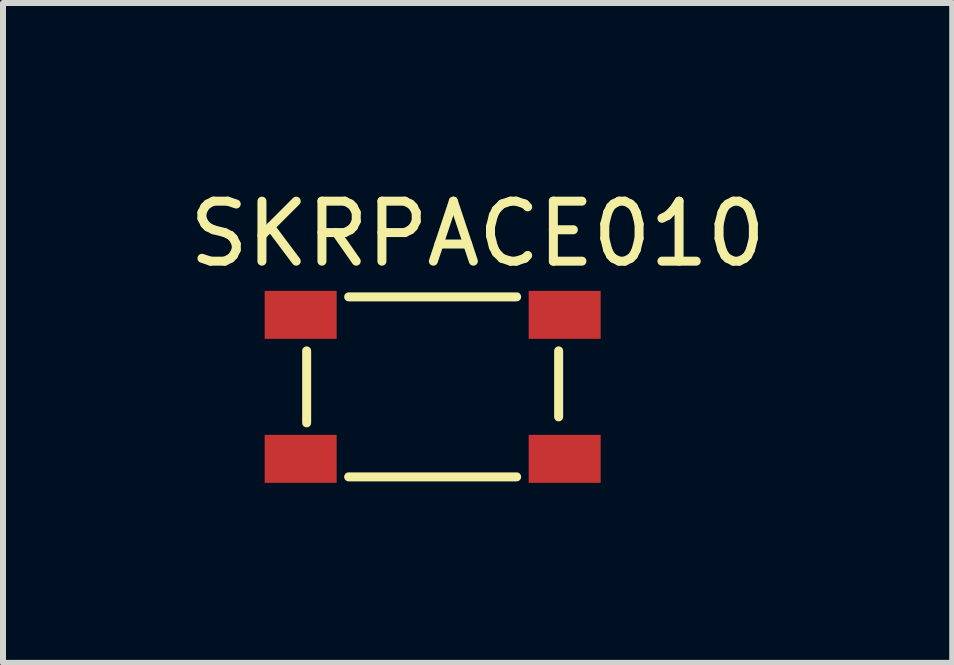
<source format=kicad_pcb>
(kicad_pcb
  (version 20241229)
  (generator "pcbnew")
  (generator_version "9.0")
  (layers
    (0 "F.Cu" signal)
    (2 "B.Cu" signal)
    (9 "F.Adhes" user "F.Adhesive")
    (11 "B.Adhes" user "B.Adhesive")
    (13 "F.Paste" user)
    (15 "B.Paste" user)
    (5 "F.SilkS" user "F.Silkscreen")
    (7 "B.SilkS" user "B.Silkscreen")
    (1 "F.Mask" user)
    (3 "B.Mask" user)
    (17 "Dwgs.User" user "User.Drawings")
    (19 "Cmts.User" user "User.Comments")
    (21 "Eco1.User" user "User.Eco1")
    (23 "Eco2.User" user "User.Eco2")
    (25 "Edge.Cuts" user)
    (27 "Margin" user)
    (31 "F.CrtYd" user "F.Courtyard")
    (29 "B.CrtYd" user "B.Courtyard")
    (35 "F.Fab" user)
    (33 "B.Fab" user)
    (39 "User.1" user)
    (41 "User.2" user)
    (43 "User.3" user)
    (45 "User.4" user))
  (footprint "SKRPACE010"
    (layer "F.Cu")
    (at 4.161 3.398)
    (property "Reference" "SKRPACE010" (at 0.75 -2.55 0) (layer "F.SilkS") (effects (font (size 1 1) (thickness 0.15))))
    (attr through_hole)
    (fp_line (start -2.1 -0.6) (end -2.1 0.6) (stroke (width 0.15) (type solid)) (layer "F.SilkS"))
    (fp_line (start -1.4 -1.5) (end 1.4 -1.5) (stroke (width 0.15) (type solid)) (layer "F.SilkS"))
    (fp_line (start 1.4 1.5) (end -1.4 1.5) (stroke (width 0.15) (type solid)) (layer "F.SilkS"))
    (fp_line (start 2.1 -0.6) (end 2.1 0.5) (stroke (width 0.15) (type solid)) (layer "F.SilkS"))
    (pad "1" smd rect (at -2.2 -1.2) (size 1.2 0.8) (layers "F.Cu" "F.Mask" "F.Paste"))
    (pad "2" smd rect (at 2.2 -1.2) (size 1.2 0.8) (layers "F.Cu" "F.Mask" "F.Paste"))
    (pad "3" smd rect (at -2.2 1.2) (size 1.2 0.8) (layers "F.Cu" "F.Mask" "F.Paste"))
    (pad "4" smd rect (at 2.2 1.2) (size 1.2 0.8) (layers "F.Cu" "F.Mask" "F.Paste")))
  (gr_rect
    (start -3 -3)
    (end 12.821 7.998)
    (stroke (width 0.1) (type default))
    (fill no)
    (layer "Edge.Cuts")))
</source>
